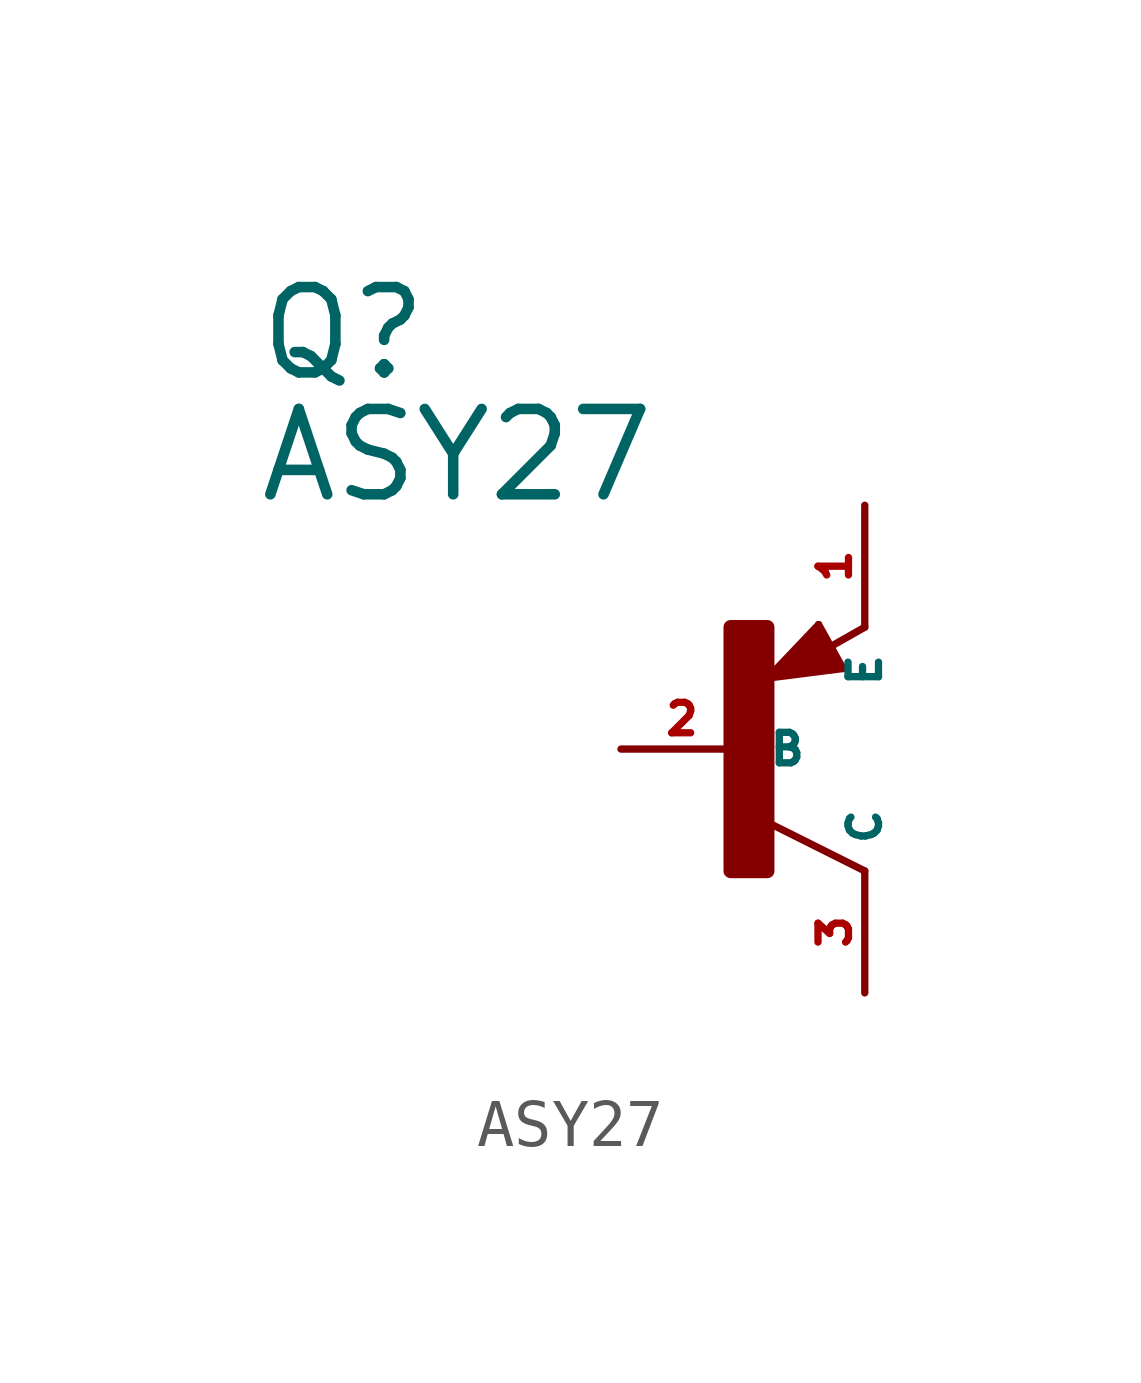
<source format=kicad_sym>
(kicad_symbol_lib
  (version 20220914)
  (generator Eagle2Kicad)
  (symbol "ASY27"
    (property "Reference" "Q"
      (at -10.16 7.62 0)
      (effects (font (size 1.778 1.778) (thickness 0.22)) (justify left bottom)))
    (property "Value" "ASY27"
      (at -10.16 5.08 0)
      (effects (font (size 1.778 1.778) (thickness 0.22)) (justify left bottom)))
    (polyline
      (pts (xy 2.086 1.678) (xy 1.578 2.594))
      (stroke (width 0.152) (type default))
      (fill (type none)))
    (polyline
      (pts (xy 1.578 2.594) (xy 0.516 1.478))
      (stroke (width 0.152) (type default))
      (fill (type none)))
    (polyline
      (pts (xy 0.516 1.478) (xy 2.086 1.678))
      (stroke (width 0.152) (type default))
      (fill (type none)))
    (polyline
      (pts (xy 2.54 2.54) (xy 1.808 2.124))
      (stroke (width 0.152) (type default))
      (fill (type none)))
    (polyline
      (pts (xy 2.54 -2.54) (xy 0.508 -1.524))
      (stroke (width 0.152) (type default))
      (fill (type none)))
    (polyline
      (pts (xy 1.905 1.778) (xy 1.524 2.413))
      (stroke (width 0.254) (type default))
      (fill (type none)))
    (polyline
      (pts (xy 1.524 2.413) (xy 0.762 1.651))
      (stroke (width 0.254) (type default))
      (fill (type none)))
    (polyline
      (pts (xy 0.762 1.651) (xy 1.778 1.778))
      (stroke (width 0.254) (type default))
      (fill (type none)))
    (polyline
      (pts (xy 1.778 1.778) (xy 1.524 2.159))
      (stroke (width 0.254) (type default))
      (fill (type none)))
    (polyline
      (pts (xy 1.524 2.159) (xy 1.143 1.905))
      (stroke (width 0.254) (type default))
      (fill (type none)))
    (polyline
      (pts (xy 1.143 1.905) (xy 1.524 1.905))
      (stroke (width 0.254) (type default))
      (fill (type none)))
    (rectangle
      (start -0.254 -2.54)
      (end 0.508 2.54)
      (stroke (width 0.3) (type default))
      (fill (type outline)))
    (pin passive line
      (at -2.54 0 0)
      (length 2.54)
      (name "B" (effects (font (size 0.635 0.635) (thickness 0.08)) (justify left bottom)))
      (number "2" (effects (font (size 0.635 0.635) (thickness 0.08)) (justify left bottom))))
    (pin passive line
      (at 2.54 5.08 270)
      (length 2.54)
      (name "E" (effects (font (size 0.635 0.635) (thickness 0.08)) (justify left bottom)))
      (number "1" (effects (font (size 0.635 0.635) (thickness 0.08)) (justify left bottom))))
    (pin passive line
      (at 2.54 -5.08 90)
      (length 2.54)
      (name "C" (effects (font (size 0.635 0.635) (thickness 0.08)) (justify left bottom)))
      (number "3" (effects (font (size 0.635 0.635) (thickness 0.08)) (justify left bottom))))))
</source>
